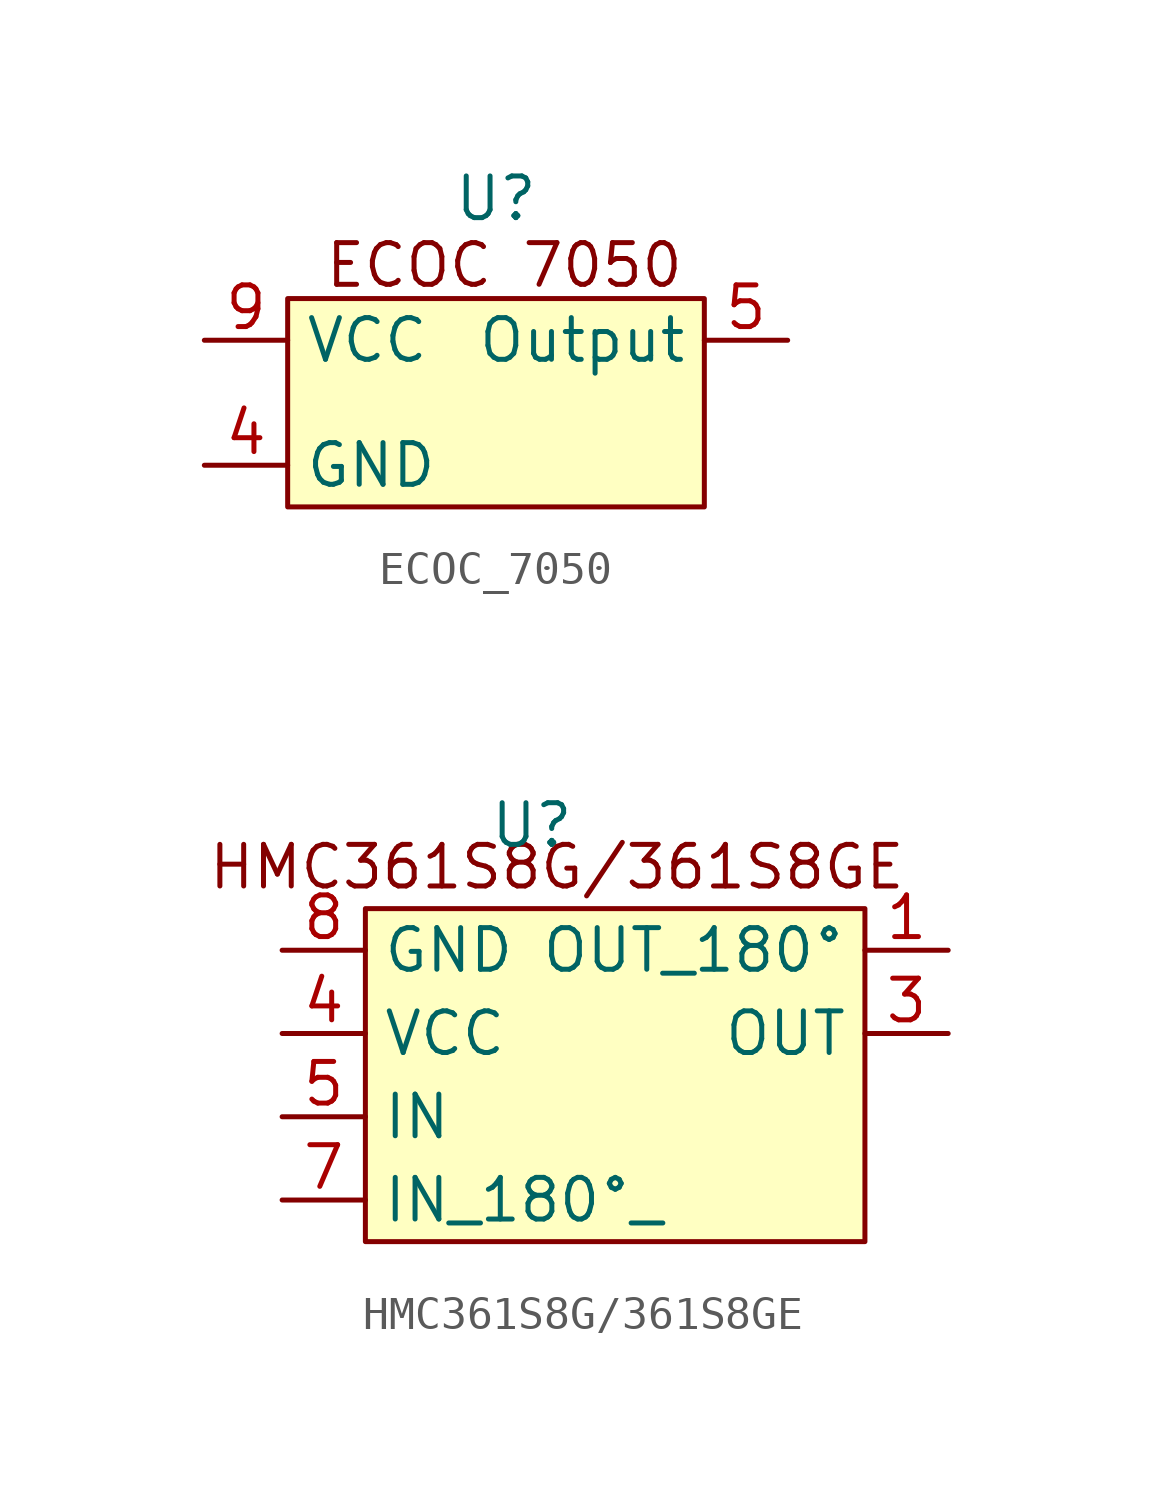
<source format=kicad_sym>
(kicad_symbol_lib
  (version 20231120)
  (generator "kicad_symbol_editor")
  (generator_version "8.0")
  (symbol "ECOC_7050"
    (property "Reference" "U"
      (at 0 1.778 0)
      (effects (font (size 1.27 1.27))))
    (property "Value" ""
      (at 0 0 0)
      (effects (font (size 1.27 1.27))))
    (symbol "ECOC_7050_1_1"
      (rectangle (start -6.35 -1.27) (end 6.35 -7.62) (stroke (width 0) (type default)) (fill (type background)))
      (text "ECOC 7050" (at 0.254 -0.254 0) (effects (font (size 1.27 1.27))))
      (pin input line (at -8.89 -6.35 0) (length 2.54) (name "GND" (effects (font (size 1.27 1.27)))) (number "4" (effects (font (size 1.27 1.27)))))
      (pin input line (at 8.89 -2.54 180) (length 2.54) (name "Output" (effects (font (size 1.27 1.27)))) (number "5" (effects (font (size 1.27 1.27)))))
      (pin input line (at -8.89 -2.54 0) (length 2.54) (name "VCC" (effects (font (size 1.27 1.27)))) (number "9" (effects (font (size 1.27 1.27)))))))
  (symbol "HMC361S8G/361S8GE"
    (property "Reference" "U"
      (at 0 0 0)
      (effects (font (size 1.27 1.27))))
    (property "Value" ""
      (at 0 0 0)
      (effects (font (size 1.27 1.27))))
    (symbol "HMC361S8G/361S8GE_1_1"
      (rectangle (start -5.08 -2.54) (end 10.16 -12.7) (stroke (width 0) (type default)) (fill (type background)))
      (text "HMC361S8G/361S8GE" (at 0.762 -1.27 0) (effects (font (size 1.27 1.27))))
      (pin input line (at 12.7 -3.81 180) (length 2.54) (name "OUT_180°" (effects (font (size 1.27 1.27)))) (number "1" (effects (font (size 1.27 1.27)))))
      (pin input line (at 12.7 -6.35 180) (length 2.54) (name "OUT" (effects (font (size 1.27 1.27)))) (number "3" (effects (font (size 1.27 1.27)))))
      (pin input line (at -7.62 -6.35 0) (length 2.54) (name "VCC" (effects (font (size 1.27 1.27)))) (number "4" (effects (font (size 1.27 1.27)))))
      (pin input line (at -7.62 -8.89 0) (length 2.54) (name "IN" (effects (font (size 1.27 1.27)))) (number "5" (effects (font (size 1.27 1.27)))))
      (pin input line (at -7.62 -11.43 0) (length 2.54) (name "IN_180°_" (effects (font (size 1.27 1.27)))) (number "7" (effects (font (size 1.27 1.27)))))
      (pin input line (at -7.62 -3.81 0) (length 2.54) (name "GND" (effects (font (size 1.27 1.27)))) (number "8" (effects (font (size 1.27 1.27))))))))
</source>
